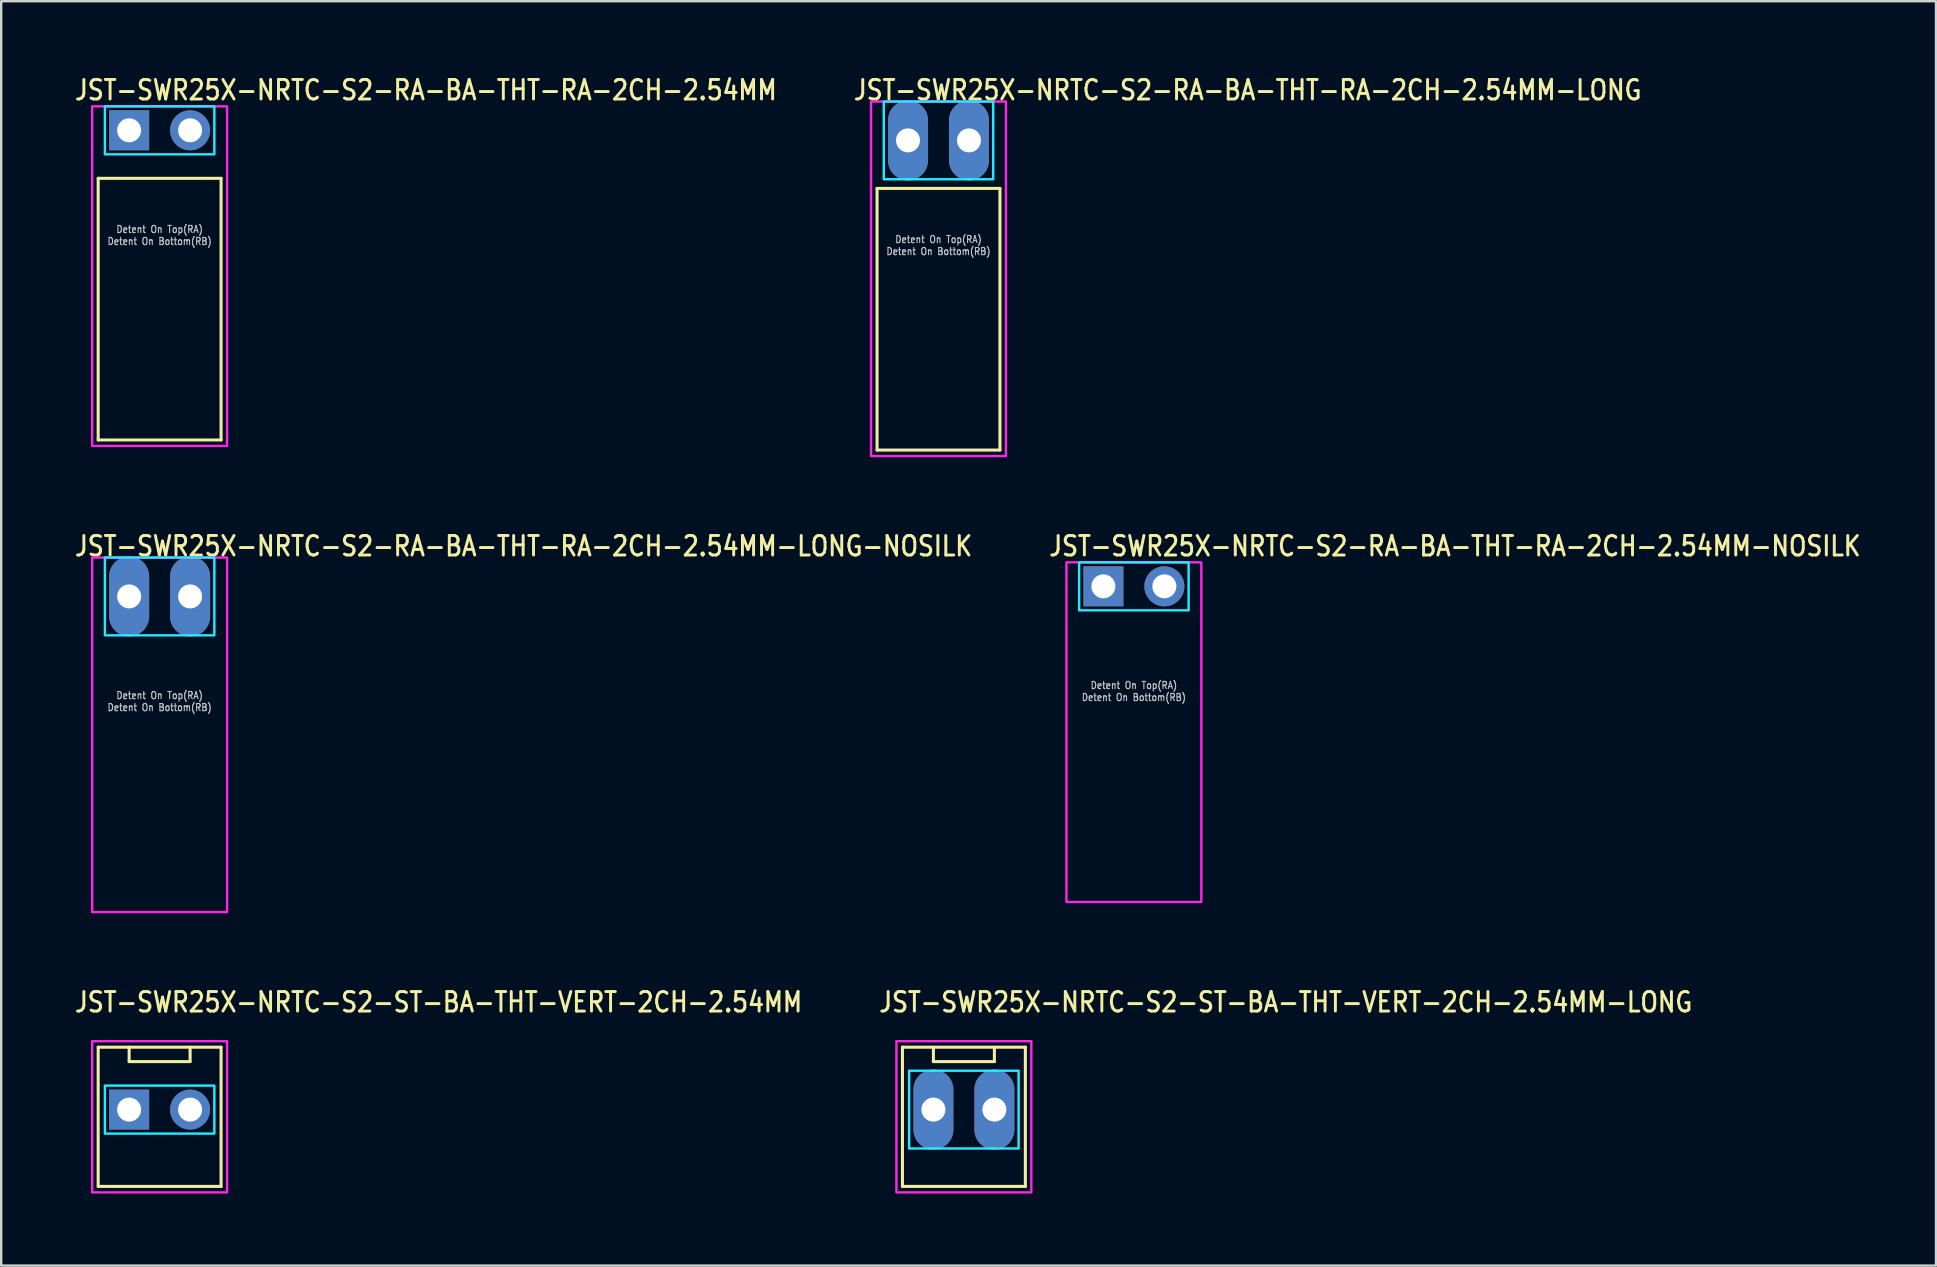
<source format=kicad_pcb>
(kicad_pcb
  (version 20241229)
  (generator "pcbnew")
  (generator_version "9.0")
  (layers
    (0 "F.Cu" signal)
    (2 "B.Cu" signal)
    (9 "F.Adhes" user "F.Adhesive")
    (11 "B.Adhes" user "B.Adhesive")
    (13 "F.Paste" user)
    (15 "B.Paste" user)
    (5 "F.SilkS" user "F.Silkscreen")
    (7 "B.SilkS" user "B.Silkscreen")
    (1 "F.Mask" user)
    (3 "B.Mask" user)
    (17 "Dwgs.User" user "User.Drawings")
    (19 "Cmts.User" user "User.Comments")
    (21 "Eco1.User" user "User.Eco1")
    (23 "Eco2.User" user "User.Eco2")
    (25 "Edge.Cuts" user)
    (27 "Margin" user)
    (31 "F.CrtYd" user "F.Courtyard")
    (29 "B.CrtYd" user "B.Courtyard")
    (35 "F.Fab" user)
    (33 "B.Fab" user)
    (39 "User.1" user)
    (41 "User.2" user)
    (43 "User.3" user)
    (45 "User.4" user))
  (footprint "JST-SWR25X-NRTC-S2-RA-BA-THT-RA-2CH-2.54MM-LONG-NOSILK"
    (layer "F.Cu")
    (at 3.6 21.797)
    (property "Reference" "JST-SWR25X-NRTC-S2-RA-BA-THT-RA-2CH-2.54MM-LONG-NOSILK" (at -3.6 -1.62 0) (unlocked yes) (layer "F.SilkS") (effects (font (size 0.813 0.695) (thickness 0.122)) (justify left bottom)))
    (fp_poly (pts (xy -2.28 -1.62) (xy -2.28 1.62) (xy 2.28 1.62) (xy 2.28 -1.62)) (stroke (width 0.1) (type solid)) (fill no) (layer "B.CrtYd"))
    (fp_poly (pts (xy -2.81 -1.62) (xy -2.81 13.15) (xy 2.81 13.15) (xy 2.81 -1.62)) (stroke (width 0.1) (type solid)) (fill no) (layer "F.CrtYd"))
    (fp_text user "Detent On Bottom(RB)" (at 0 4.8 0) (unlocked yes) (layer "Dwgs.User") (effects (font (size 0.3 0.257) (thickness 0.045)) (justify bottom)))
    (fp_text user "Detent On Top(RA)" (at 0 4.3 0) (unlocked yes) (layer "Dwgs.User") (effects (font (size 0.3 0.257) (thickness 0.045)) (justify bottom)))
    (pad "1" thru_hole oval (at -1.27 0 90) (size 3.333 1.667) (drill 1) (layers "*.Cu" "*.Mask"))
    (pad "2" thru_hole oval (at 1.27 0 90) (size 3.333 1.667) (drill 1) (layers "*.Cu" "*.Mask")))
  (footprint "JST-SWR25X-NRTC-S2-RA-BA-THT-RA-2CH-2.54MM-NOSILK"
    (layer "F.Cu")
    (at 44.188 21.377)
    (property "Reference" "JST-SWR25X-NRTC-S2-RA-BA-THT-RA-2CH-2.54MM-NOSILK" (at -3.6 -1.2 0) (unlocked yes) (layer "F.SilkS") (effects (font (size 0.813 0.695) (thickness 0.122)) (justify left bottom)))
    (fp_poly (pts (xy -2.28 -1) (xy -2.28 1) (xy 2.28 1) (xy 2.28 -1)) (stroke (width 0.1) (type solid)) (fill no) (layer "B.CrtYd"))
    (fp_poly (pts (xy -2.81 -1) (xy -2.81 13.15) (xy 2.81 13.15) (xy 2.81 -1)) (stroke (width 0.1) (type solid)) (fill no) (layer "F.CrtYd"))
    (fp_text user "Detent On Bottom(RB)" (at 0 4.8 0) (unlocked yes) (layer "Dwgs.User") (effects (font (size 0.3 0.257) (thickness 0.045)) (justify bottom)))
    (fp_text user "Detent On Top(RA)" (at 0 4.3 0) (unlocked yes) (layer "Dwgs.User") (effects (font (size 0.3 0.257) (thickness 0.045)) (justify bottom)))
    (pad "1" thru_hole rect (at -1.27 0) (size 1.667 1.667) (drill 1) (layers "*.Cu" "*.Mask"))
    (pad "2" thru_hole oval (at 1.27 0) (size 1.667 1.667) (drill 1) (layers "*.Cu" "*.Mask")))
  (footprint "JST-SWR25X-NRTC-S2-RA-BA-THT-RA-2CH-2.54MM"
    (layer "F.Cu")
    (at 3.6 2.379)
    (property "Reference" "JST-SWR25X-NRTC-S2-RA-BA-THT-RA-2CH-2.54MM" (at -3.6 -1.2 0) (unlocked yes) (layer "F.SilkS") (effects (font (size 0.813 0.695) (thickness 0.122)) (justify left bottom)))
    (fp_line (start -2.56 2) (end 2.56 2) (stroke (width 0.127) (type solid)) (layer "F.SilkS"))
    (fp_line (start -2.56 12.9) (end -2.56 2) (stroke (width 0.127) (type solid)) (layer "F.SilkS"))
    (fp_line (start -2.56 12.9) (end 2.56 12.9) (stroke (width 0.127) (type solid)) (layer "F.SilkS"))
    (fp_line (start 2.56 2) (end 2.56 12.9) (stroke (width 0.127) (type solid)) (layer "F.SilkS"))
    (fp_poly (pts (xy -2.28 -1) (xy -2.28 1) (xy 2.28 1) (xy 2.28 -1)) (stroke (width 0.1) (type solid)) (fill no) (layer "B.CrtYd"))
    (fp_poly (pts (xy -2.81 -1) (xy -2.81 13.15) (xy 2.81 13.15) (xy 2.81 -1)) (stroke (width 0.1) (type solid)) (fill no) (layer "F.CrtYd"))
    (fp_text user "Detent On Top(RA)" (at 0 4.3 0) (unlocked yes) (layer "Dwgs.User") (effects (font (size 0.3 0.257) (thickness 0.045)) (justify bottom)))
    (fp_text user "Detent On Bottom(RB)" (at 0 4.8 0) (unlocked yes) (layer "Dwgs.User") (effects (font (size 0.3 0.257) (thickness 0.045)) (justify bottom)))
    (pad "1" thru_hole rect (at -1.27 0) (size 1.667 1.667) (drill 1) (layers "*.Cu" "*.Mask"))
    (pad "2" thru_hole oval (at 1.27 0) (size 1.667 1.667) (drill 1) (layers "*.Cu" "*.Mask")))
  (footprint "JST-SWR25X-NRTC-S2-ST-BA-THT-VERT-2CH-2.54MM"
    (layer "F.Cu")
    (at 3.6 43.176)
    (property "Reference" "JST-SWR25X-NRTC-S2-ST-BA-THT-VERT-2CH-2.54MM" (at -3.6 -4 0) (unlocked yes) (layer "F.SilkS") (effects (font (size 0.813 0.695) (thickness 0.122)) (justify left bottom)))
    (fp_line (start -2.56 -2.6) (end 2.56 -2.6) (stroke (width 0.127) (type solid)) (layer "F.SilkS"))
    (fp_line (start -2.56 3.2) (end -2.56 -2.6) (stroke (width 0.127) (type solid)) (layer "F.SilkS"))
    (fp_line (start -2.56 3.2) (end 2.56 3.2) (stroke (width 0.127) (type solid)) (layer "F.SilkS"))
    (fp_line (start -1.27 -2.6) (end -1.27 -2) (stroke (width 0.127) (type solid)) (layer "F.SilkS"))
    (fp_line (start -1.27 -2) (end 1.27 -2) (stroke (width 0.127) (type solid)) (layer "F.SilkS"))
    (fp_line (start 1.27 -2.6) (end 1.27 -2) (stroke (width 0.127) (type solid)) (layer "F.SilkS"))
    (fp_line (start 2.56 -2.6) (end 2.56 3.2) (stroke (width 0.127) (type solid)) (layer "F.SilkS"))
    (fp_poly (pts (xy -2.28 -1) (xy -2.28 1) (xy 2.28 1) (xy 2.28 -1)) (stroke (width 0.1) (type solid)) (fill no) (layer "B.CrtYd"))
    (fp_poly (pts (xy -2.81 -2.85) (xy -2.81 3.45) (xy 2.81 3.45) (xy 2.81 -2.85)) (stroke (width 0.1) (type solid)) (fill no) (layer "F.CrtYd"))
    (pad "1" thru_hole rect (at -1.27 0) (size 1.667 1.667) (drill 1) (layers "*.Cu" "*.Mask"))
    (pad "2" thru_hole oval (at 1.27 0) (size 1.667 1.667) (drill 1) (layers "*.Cu" "*.Mask")))
  (footprint "JST-SWR25X-NRTC-S2-RA-BA-THT-RA-2CH-2.54MM-LONG"
    (layer "F.Cu")
    (at 36.048 2.799)
    (property "Reference" "JST-SWR25X-NRTC-S2-RA-BA-THT-RA-2CH-2.54MM-LONG" (at -3.6 -1.62 0) (unlocked yes) (layer "F.SilkS") (effects (font (size 0.813 0.695) (thickness 0.122)) (justify left bottom)))
    (fp_line (start -2.56 2) (end 2.56 2) (stroke (width 0.127) (type solid)) (layer "F.SilkS"))
    (fp_line (start -2.56 12.9) (end -2.56 2) (stroke (width 0.127) (type solid)) (layer "F.SilkS"))
    (fp_line (start -2.56 12.9) (end 2.56 12.9) (stroke (width 0.127) (type solid)) (layer "F.SilkS"))
    (fp_line (start 2.56 2) (end 2.56 12.9) (stroke (width 0.127) (type solid)) (layer "F.SilkS"))
    (fp_poly (pts (xy -2.28 -1.62) (xy -2.28 1.62) (xy 2.28 1.62) (xy 2.28 -1.62)) (stroke (width 0.1) (type solid)) (fill no) (layer "B.CrtYd"))
    (fp_poly (pts (xy -2.81 -1.62) (xy -2.81 13.15) (xy 2.81 13.15) (xy 2.81 -1.62)) (stroke (width 0.1) (type solid)) (fill no) (layer "F.CrtYd"))
    (fp_text user "Detent On Bottom(RB)" (at 0 4.8 0) (unlocked yes) (layer "Dwgs.User") (effects (font (size 0.3 0.257) (thickness 0.045)) (justify bottom)))
    (fp_text user "Detent On Top(RA)" (at 0 4.3 0) (unlocked yes) (layer "Dwgs.User") (effects (font (size 0.3 0.257) (thickness 0.045)) (justify bottom)))
    (pad "1" thru_hole oval (at -1.27 0 90) (size 3.333 1.667) (drill 1) (layers "*.Cu" "*.Mask"))
    (pad "2" thru_hole oval (at 1.27 0 90) (size 3.333 1.667) (drill 1) (layers "*.Cu" "*.Mask")))
  (footprint "JST-SWR25X-NRTC-S2-ST-BA-THT-VERT-2CH-2.54MM-LONG"
    (layer "F.Cu")
    (at 37.106 43.176)
    (property "Reference" "JST-SWR25X-NRTC-S2-ST-BA-THT-VERT-2CH-2.54MM-LONG" (at -3.6 -4 0) (unlocked yes) (layer "F.SilkS") (effects (font (size 0.813 0.695) (thickness 0.122)) (justify left bottom)))
    (fp_line (start -2.56 -2.6) (end 2.56 -2.6) (stroke (width 0.127) (type solid)) (layer "F.SilkS"))
    (fp_line (start -2.56 3.2) (end -2.56 -2.6) (stroke (width 0.127) (type solid)) (layer "F.SilkS"))
    (fp_line (start -2.56 3.2) (end 2.56 3.2) (stroke (width 0.127) (type solid)) (layer "F.SilkS"))
    (fp_line (start -1.27 -2.6) (end -1.27 -2) (stroke (width 0.127) (type solid)) (layer "F.SilkS"))
    (fp_line (start -1.27 -2) (end 1.27 -2) (stroke (width 0.127) (type solid)) (layer "F.SilkS"))
    (fp_line (start 1.27 -2.6) (end 1.27 -2) (stroke (width 0.127) (type solid)) (layer "F.SilkS"))
    (fp_line (start 2.56 -2.6) (end 2.56 3.2) (stroke (width 0.127) (type solid)) (layer "F.SilkS"))
    (fp_poly (pts (xy -2.28 -1.62) (xy -2.28 1.62) (xy 2.28 1.62) (xy 2.28 -1.62)) (stroke (width 0.1) (type solid)) (fill no) (layer "B.CrtYd"))
    (fp_poly (pts (xy -2.81 -2.85) (xy -2.81 3.45) (xy 2.81 3.45) (xy 2.81 -2.85)) (stroke (width 0.1) (type solid)) (fill no) (layer "F.CrtYd"))
    (pad "1" thru_hole oval (at -1.27 0 90) (size 3.333 1.667) (drill 1) (layers "*.Cu" "*.Mask"))
    (pad "2" thru_hole oval (at 1.27 0 90) (size 3.333 1.667) (drill 1) (layers "*.Cu" "*.Mask")))
  (gr_rect
    (start -3 -3)
    (end 77.603 49.676)
    (stroke (width 0.1) (type default))
    (fill no)
    (layer "Edge.Cuts")))
</source>
